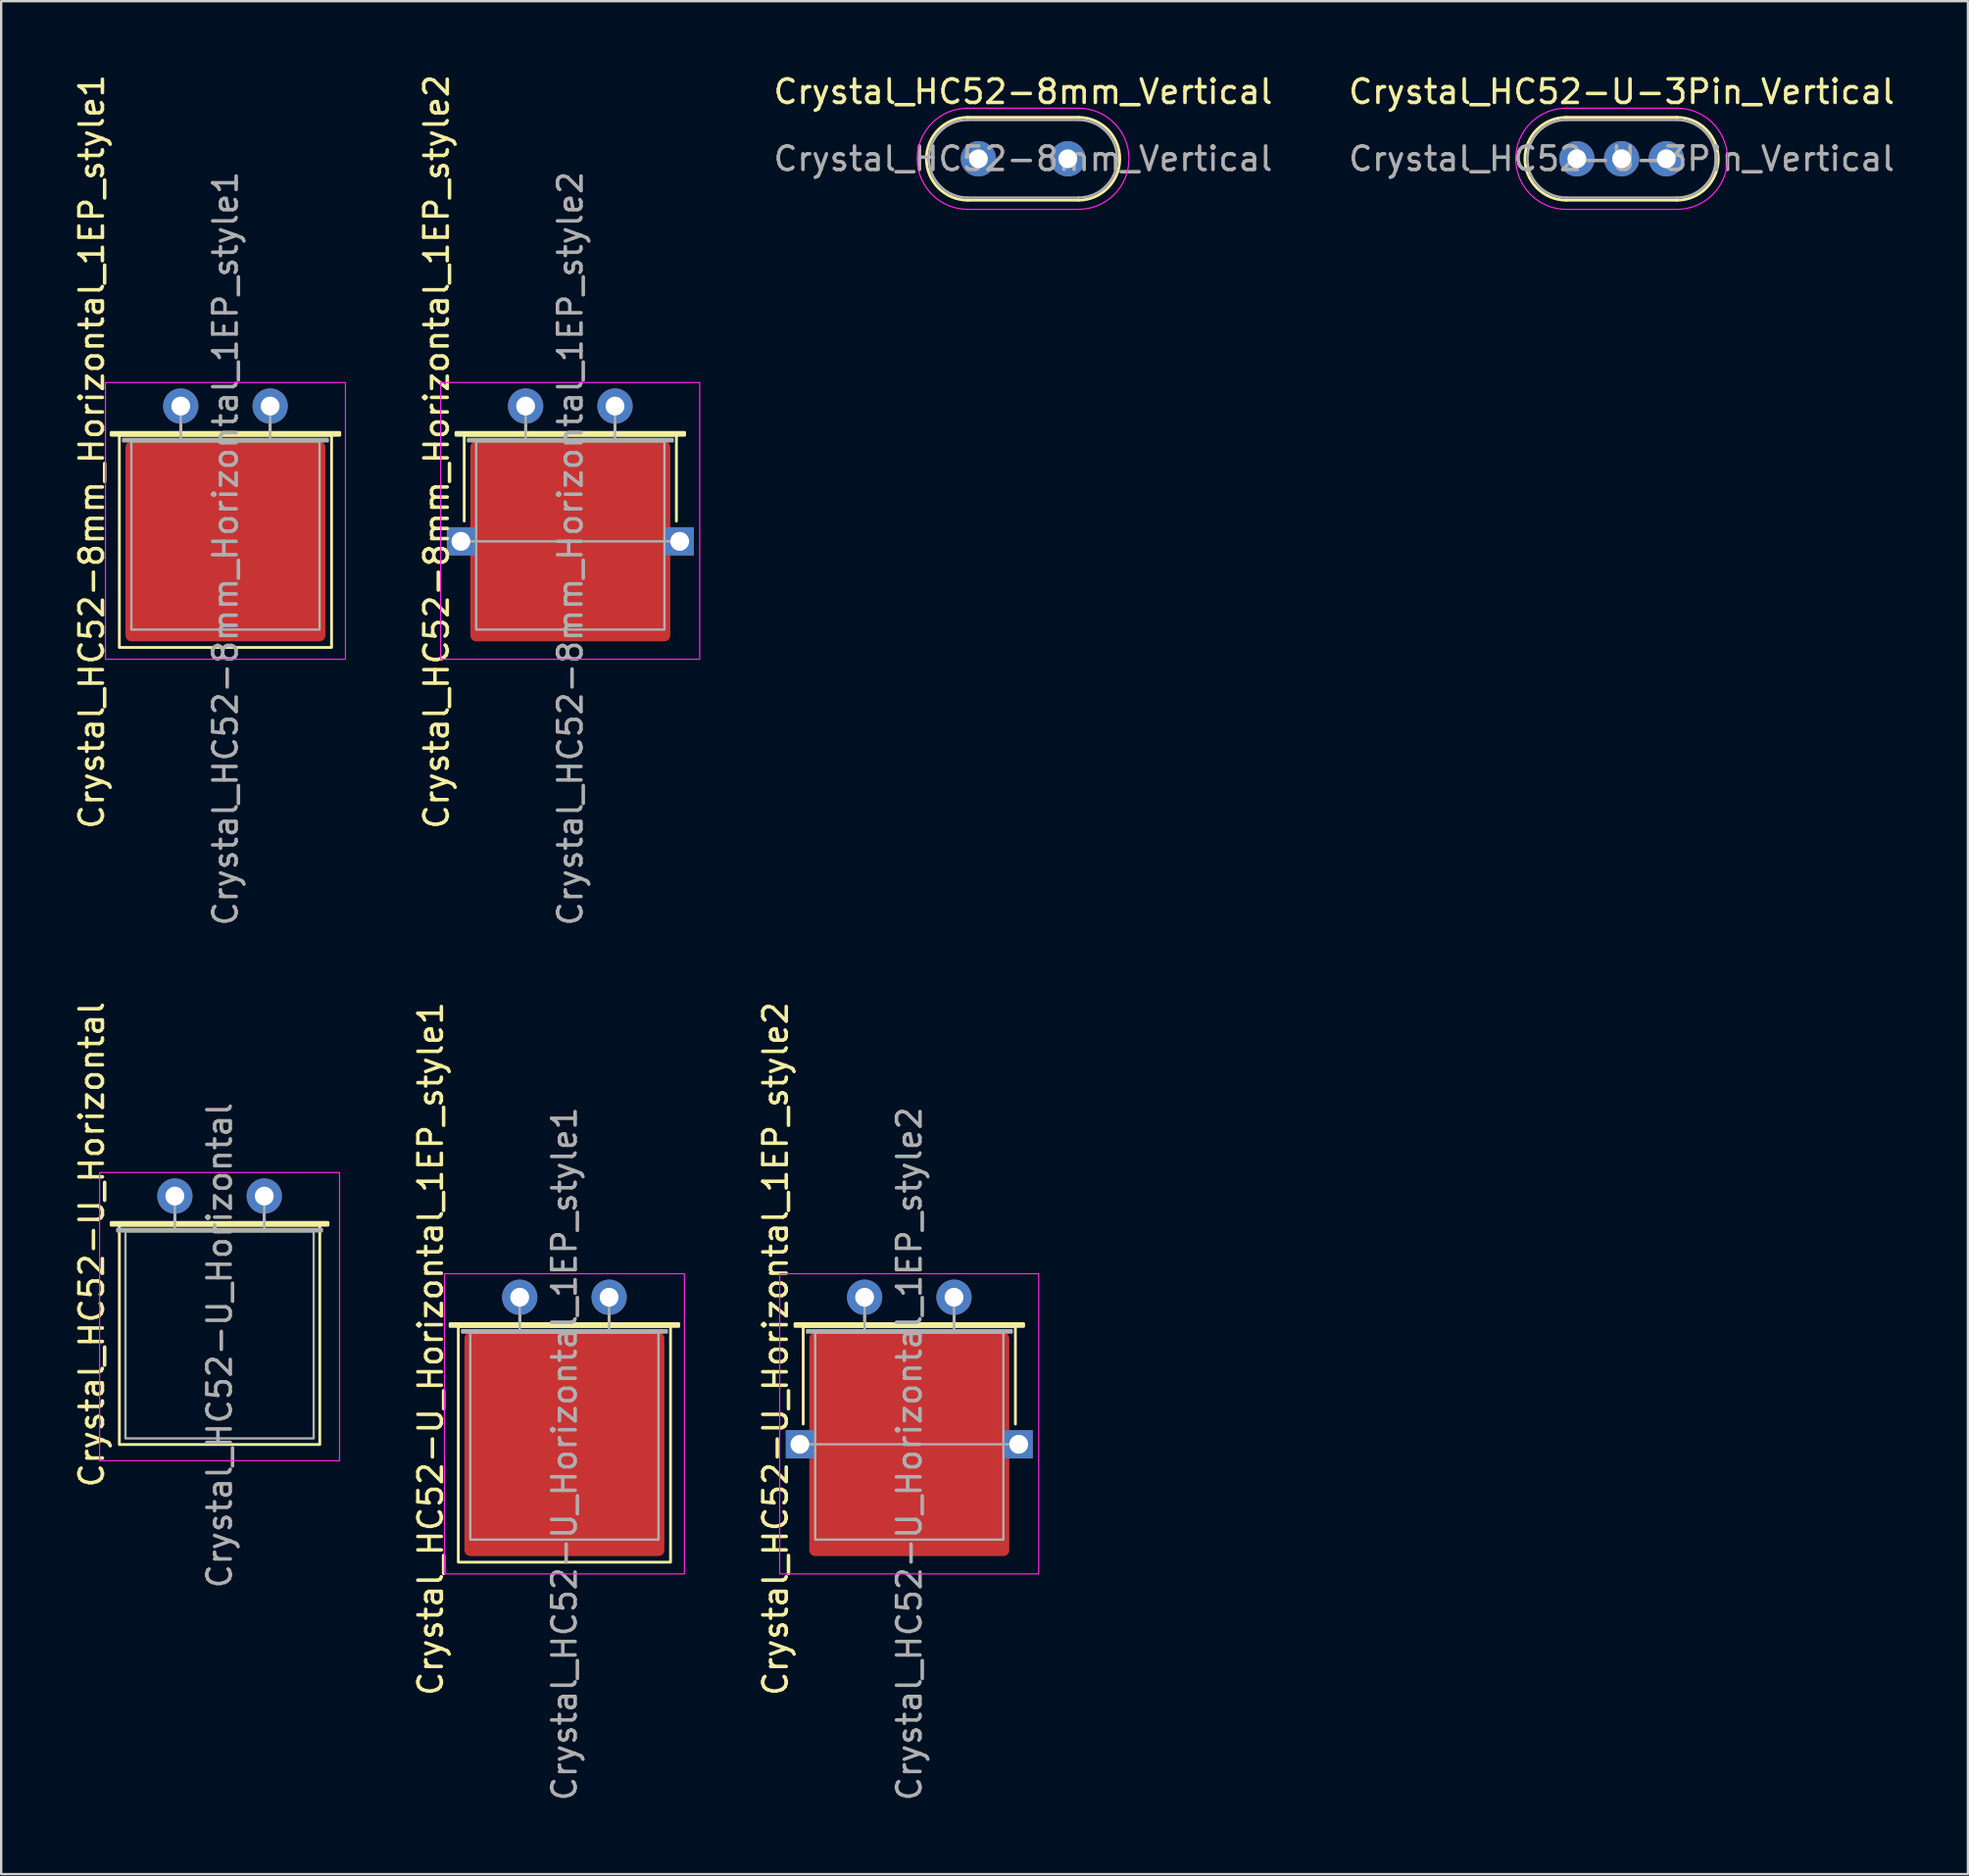
<source format=kicad_pcb>
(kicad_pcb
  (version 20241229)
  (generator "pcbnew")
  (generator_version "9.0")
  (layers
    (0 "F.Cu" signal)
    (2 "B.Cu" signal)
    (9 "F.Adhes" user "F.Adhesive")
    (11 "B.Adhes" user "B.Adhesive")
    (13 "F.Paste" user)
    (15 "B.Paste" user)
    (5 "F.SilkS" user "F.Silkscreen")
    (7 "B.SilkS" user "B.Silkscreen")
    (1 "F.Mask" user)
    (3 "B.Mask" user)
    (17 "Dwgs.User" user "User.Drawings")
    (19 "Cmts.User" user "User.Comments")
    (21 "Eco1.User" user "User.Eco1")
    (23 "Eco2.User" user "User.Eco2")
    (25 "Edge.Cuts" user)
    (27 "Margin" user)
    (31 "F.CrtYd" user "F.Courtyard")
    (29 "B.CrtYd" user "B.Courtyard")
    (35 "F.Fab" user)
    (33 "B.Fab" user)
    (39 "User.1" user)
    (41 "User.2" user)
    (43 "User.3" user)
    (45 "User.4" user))
  (footprint "Crystal_HC52-U_Horizontal"
    (layer "F.Cu")
    (at 4.383 47.786)
    (property "Reference" "Crystal_HC52-U_Horizontal" (at -3.535 2.062 90) (layer "F.SilkS") (effects (font (size 1 1) (thickness 0.15))))
    (attr through_hole)
    (fp_line (start 0 0.81) (end 0 0.81) (stroke (width 0.12) (type solid)) (layer "F.SilkS"))
    (fp_line (start 0 1.24) (end 0 0.81) (stroke (width 0.12) (type solid)) (layer "F.SilkS"))
    (fp_line (start 3.8 0.81) (end 3.8 0.81) (stroke (width 0.12) (type solid)) (layer "F.SilkS"))
    (fp_line (start 3.8 1.24) (end 3.8 0.81) (stroke (width 0.12) (type solid)) (layer "F.SilkS"))
    (fp_rect (start -2.71 1.24) (end 6.51 1.12) (stroke (width 0.12) (type solid)) (fill no) (layer "F.SilkS"))
    (fp_rect (start -2.36 1.24) (end 6.16 10.56) (stroke (width 0.12) (type solid)) (fill no) (layer "F.SilkS"))
    (fp_rect (start -3.2 -1) (end 7 11.25) (stroke (width 0.05) (type solid)) (fill no) (layer "F.CrtYd"))
    (fp_line (start 0 0.75) (end 0 0) (stroke (width 0.1) (type solid)) (layer "F.Fab"))
    (fp_line (start 0 1.5) (end 0 0.75) (stroke (width 0.1) (type solid)) (layer "F.Fab"))
    (fp_line (start 3.8 0.75) (end 3.8 0) (stroke (width 0.1) (type solid)) (layer "F.Fab"))
    (fp_line (start 3.8 1.5) (end 3.8 0.75) (stroke (width 0.1) (type solid)) (layer "F.Fab"))
    (fp_rect (start -2.45 1.5) (end 6.25 1.4) (stroke (width 0.1) (type solid)) (fill no) (layer "F.Fab"))
    (fp_rect (start -2.1 1.5) (end 5.9 10.3) (stroke (width 0.1) (type solid)) (fill no) (layer "F.Fab"))
    (fp_text user "${REFERENCE}" (at 1.9 6.35 90) (layer "F.Fab") (effects (font (size 1 1) (thickness 0.15))))
    (pad "1" thru_hole circle (at 0 0) (size 1.5 1.5) (drill 0.8) (layers "*.Cu" "*.Mask"))
    (pad "2" thru_hole circle (at 3.8 0) (size 1.5 1.5) (drill 0.8) (layers "*.Cu" "*.Mask")))
  (footprint "Crystal_HC52-U-3Pin_Vertical"
    (layer "F.Cu")
    (at 63.977 3.698)
    (property "Reference" "Crystal_HC52-U-3Pin_Vertical" (at 1.9 -2.85 0) (layer "F.SilkS") (effects (font (size 1 1) (thickness 0.15))))
    (attr through_hole)
    (fp_line (start -0.45 -1.76) (end 4.25 -1.76) (stroke (width 0.12) (type solid)) (layer "F.SilkS"))
    (fp_line (start -0.45 1.76) (end 4.25 1.76) (stroke (width 0.12) (type solid)) (layer "F.SilkS"))
    (fp_arc (start -0.45 1.76) (mid -2.21 0) (end -0.45 -1.76) (stroke (width 0.12) (type solid)) (layer "F.SilkS"))
    (fp_arc (start 4.25 -1.76) (mid 6.01 0) (end 4.25 1.76) (stroke (width 0.12) (type solid)) (layer "F.SilkS"))
    (fp_line (start -0.45 -2.15) (end 4.25 -2.15) (stroke (width 0.05) (type solid)) (layer "F.CrtYd"))
    (fp_line (start -0.45 2.15) (end 4.25 2.15) (stroke (width 0.05) (type solid)) (layer "F.CrtYd"))
    (fp_arc (start -0.45 2.15) (mid -2.6 0) (end -0.45 -2.15) (stroke (width 0.05) (type solid)) (layer "F.CrtYd"))
    (fp_arc (start 4.25 -2.15) (mid 6.4 0) (end 4.25 2.15) (stroke (width 0.05) (type solid)) (layer "F.CrtYd"))
    (fp_line (start -0.45 -1.65) (end 4.25 -1.65) (stroke (width 0.1) (type solid)) (layer "F.Fab"))
    (fp_line (start -0.45 1.65) (end 4.25 1.65) (stroke (width 0.1) (type solid)) (layer "F.Fab"))
    (fp_arc (start -0.45 1.65) (mid -2.1 0) (end -0.45 -1.65) (stroke (width 0.1) (type solid)) (layer "F.Fab"))
    (fp_arc (start 4.25 -1.65) (mid 5.9 0) (end 4.25 1.65) (stroke (width 0.1) (type solid)) (layer "F.Fab"))
    (fp_text user "${REFERENCE}" (at 1.9 0 0) (layer "F.Fab") (effects (font (size 1 1) (thickness 0.15))))
    (pad "1" thru_hole circle (at 0 0) (size 1.5 1.5) (drill 0.8) (layers "*.Cu" "*.Mask"))
    (pad "2" thru_hole circle (at 1.9 0) (size 1.5 1.5) (drill 0.8) (layers "*.Cu" "*.Mask"))
    (pad "3" thru_hole circle (at 3.8 0) (size 1.5 1.5) (drill 0.8) (layers "*.Cu" "*.Mask")))
  (footprint "Crystal_HC52-8mm_Horizontal_1EP_style1"
    (layer "F.Cu")
    (at 4.633 14.209)
    (property "Reference" "Crystal_HC52-8mm_Horizontal_1EP_style1" (at -3.785 1.94 90) (layer "F.SilkS") (effects (font (size 1 1) (thickness 0.15))))
    (attr through_hole)
    (fp_line (start 0 0.81) (end 0 0.81) (stroke (width 0.12) (type solid)) (layer "F.SilkS"))
    (fp_line (start 0 1.24) (end 0 0.81) (stroke (width 0.12) (type solid)) (layer "F.SilkS"))
    (fp_line (start 3.8 0.81) (end 3.8 0.81) (stroke (width 0.12) (type solid)) (layer "F.SilkS"))
    (fp_line (start 3.8 1.24) (end 3.8 0.81) (stroke (width 0.12) (type solid)) (layer "F.SilkS"))
    (fp_rect (start -2.96 1.24) (end 6.76 1.12) (stroke (width 0.12) (type solid)) (fill no) (layer "F.SilkS"))
    (fp_rect (start -2.61 1.24) (end 6.41 10.26) (stroke (width 0.12) (type solid)) (fill no) (layer "F.SilkS"))
    (fp_rect (start -3.2 -1) (end 7 10.76) (stroke (width 0.05) (type solid)) (fill no) (layer "F.CrtYd"))
    (fp_line (start 0 0.75) (end 0 0) (stroke (width 0.1) (type solid)) (layer "F.Fab"))
    (fp_line (start 0 1.5) (end 0 0.75) (stroke (width 0.1) (type solid)) (layer "F.Fab"))
    (fp_line (start 3.8 0.75) (end 3.8 0) (stroke (width 0.1) (type solid)) (layer "F.Fab"))
    (fp_line (start 3.8 1.5) (end 3.8 0.75) (stroke (width 0.1) (type solid)) (layer "F.Fab"))
    (fp_rect (start -2.45 1.5) (end 6.25 1.4) (stroke (width 0.1) (type solid)) (fill no) (layer "F.Fab"))
    (fp_rect (start -2.1 1.5) (end 5.9 9.5) (stroke (width 0.1) (type solid)) (fill no) (layer "F.Fab"))
    (fp_text user "${REFERENCE}" (at 1.9 6.056 90) (layer "F.Fab") (effects (font (size 1 1) (thickness 0.15))))
    (pad "1" thru_hole circle (at 0 0) (size 1.5 1.5) (drill 0.8) (layers "*.Cu" "*.Mask"))
    (pad "2" thru_hole circle (at 3.8 0) (size 1.5 1.5) (drill 0.8) (layers "*.Cu" "*.Mask"))
    (pad "3" smd roundrect (at 1.9 5.75) (size 8.5 8.5) (layers "F.Cu" "F.Mask" "F.Paste") (roundrect_rratio 0.029)))
  (footprint "Crystal_HC52-U_Horizontal_1EP_style1"
    (layer "F.Cu")
    (at 19.041 52.087)
    (property "Reference" "Crystal_HC52-U_Horizontal_1EP_style1" (at -3.785 2.19 90) (layer "F.SilkS") (effects (font (size 1 1) (thickness 0.15))))
    (attr through_hole)
    (fp_line (start 0 0.81) (end 0 0.81) (stroke (width 0.12) (type solid)) (layer "F.SilkS"))
    (fp_line (start 0 1.24) (end 0 0.81) (stroke (width 0.12) (type solid)) (layer "F.SilkS"))
    (fp_line (start 3.8 0.81) (end 3.8 0.81) (stroke (width 0.12) (type solid)) (layer "F.SilkS"))
    (fp_line (start 3.8 1.24) (end 3.8 0.81) (stroke (width 0.12) (type solid)) (layer "F.SilkS"))
    (fp_rect (start -2.96 1.24) (end 6.76 1.12) (stroke (width 0.12) (type solid)) (fill no) (layer "F.SilkS"))
    (fp_rect (start -2.61 1.24) (end 6.41 11.26) (stroke (width 0.12) (type solid)) (fill no) (layer "F.SilkS"))
    (fp_rect (start -3.2 -1) (end 7 11.76) (stroke (width 0.05) (type solid)) (fill no) (layer "F.CrtYd"))
    (fp_line (start 0 0.75) (end 0 0) (stroke (width 0.1) (type solid)) (layer "F.Fab"))
    (fp_line (start 0 1.5) (end 0 0.75) (stroke (width 0.1) (type solid)) (layer "F.Fab"))
    (fp_line (start 3.8 0.75) (end 3.8 0) (stroke (width 0.1) (type solid)) (layer "F.Fab"))
    (fp_line (start 3.8 1.5) (end 3.8 0.75) (stroke (width 0.1) (type solid)) (layer "F.Fab"))
    (fp_rect (start -2.45 1.5) (end 6.25 1.4) (stroke (width 0.1) (type solid)) (fill no) (layer "F.Fab"))
    (fp_rect (start -2.1 1.5) (end 5.9 10.3) (stroke (width 0.1) (type solid)) (fill no) (layer "F.Fab"))
    (fp_text user "${REFERENCE}" (at 1.9 6.656 90) (layer "F.Fab") (effects (font (size 1 1) (thickness 0.15))))
    (pad "1" thru_hole circle (at 0 0) (size 1.5 1.5) (drill 0.8) (layers "*.Cu" "*.Mask"))
    (pad "2" thru_hole circle (at 3.8 0) (size 1.5 1.5) (drill 0.8) (layers "*.Cu" "*.Mask"))
    (pad "3" smd roundrect (at 1.9 6.25) (size 8.5 9.5) (layers "F.Cu" "F.Mask" "F.Paste") (roundrect_rratio 0.029)))
  (footprint "Crystal_HC52-8mm_Horizontal_1EP_style2"
    (layer "F.Cu")
    (at 19.291 14.209)
    (property "Reference" "Crystal_HC52-8mm_Horizontal_1EP_style2" (at -3.785 1.94 90) (layer "F.SilkS") (effects (font (size 1 1) (thickness 0.15))))
    (attr through_hole)
    (fp_line (start -2.61 1.24) (end 6.41 1.24) (stroke (width 0.12) (type solid)) (layer "F.SilkS"))
    (fp_line (start -2.61 4.89) (end -2.61 1.24) (stroke (width 0.12) (type solid)) (layer "F.SilkS"))
    (fp_line (start 0 0.81) (end 0 0.81) (stroke (width 0.12) (type solid)) (layer "F.SilkS"))
    (fp_line (start 0 1.24) (end 0 0.81) (stroke (width 0.12) (type solid)) (layer "F.SilkS"))
    (fp_line (start 3.8 0.81) (end 3.8 0.81) (stroke (width 0.12) (type solid)) (layer "F.SilkS"))
    (fp_line (start 3.8 1.24) (end 3.8 0.81) (stroke (width 0.12) (type solid)) (layer "F.SilkS"))
    (fp_line (start 6.41 1.24) (end 6.41 4.89) (stroke (width 0.12) (type solid)) (layer "F.SilkS"))
    (fp_rect (start -2.96 1.24) (end 6.76 1.12) (stroke (width 0.12) (type solid)) (fill no) (layer "F.SilkS"))
    (fp_rect (start -3.61 -1) (end 7.4 10.76) (stroke (width 0.05) (type solid)) (fill no) (layer "F.CrtYd"))
    (fp_line (start -2.75 5.75) (end 6.55 5.75) (stroke (width 0.1) (type solid)) (layer "F.Fab"))
    (fp_line (start 0 0.75) (end 0 0) (stroke (width 0.1) (type solid)) (layer "F.Fab"))
    (fp_line (start 0 1.5) (end 0 0.75) (stroke (width 0.1) (type solid)) (layer "F.Fab"))
    (fp_line (start 3.8 0.75) (end 3.8 0) (stroke (width 0.1) (type solid)) (layer "F.Fab"))
    (fp_line (start 3.8 1.5) (end 3.8 0.75) (stroke (width 0.1) (type solid)) (layer "F.Fab"))
    (fp_rect (start -2.45 1.5) (end 6.25 1.4) (stroke (width 0.1) (type solid)) (fill no) (layer "F.Fab"))
    (fp_rect (start -2.1 1.5) (end 5.9 9.5) (stroke (width 0.1) (type solid)) (fill no) (layer "F.Fab"))
    (fp_text user "${REFERENCE}" (at 1.9 6.056 90) (layer "F.Fab") (effects (font (size 1 1) (thickness 0.15))))
    (pad "1" thru_hole circle (at 0 0) (size 1.5 1.5) (drill 0.8) (layers "*.Cu" "*.Mask"))
    (pad "2" thru_hole circle (at 3.8 0) (size 1.5 1.5) (drill 0.8) (layers "*.Cu" "*.Mask"))
    (pad "3" thru_hole rect (at -2.75 5.75) (size 1.2 1.2) (drill 0.8) (layers "*.Cu" "*.Mask"))
    (pad "3" smd roundrect (at 1.9 5.75) (size 8.5 8.5) (layers "F.Cu" "F.Mask" "F.Paste") (roundrect_rratio 0.029))
    (pad "3" thru_hole rect (at 6.55 5.75) (size 1.2 1.2) (drill 0.8) (layers "*.Cu" "*.Mask")))
  (footprint "Crystal_HC52-8mm_Vertical"
    (layer "F.Cu")
    (at 38.537 3.698)
    (property "Reference" "Crystal_HC52-8mm_Vertical" (at 1.9 -2.85 0) (layer "F.SilkS") (effects (font (size 1 1) (thickness 0.15))))
    (attr through_hole)
    (fp_line (start -0.45 -1.76) (end 4.25 -1.76) (stroke (width 0.12) (type solid)) (layer "F.SilkS"))
    (fp_line (start -0.45 1.76) (end 4.25 1.76) (stroke (width 0.12) (type solid)) (layer "F.SilkS"))
    (fp_arc (start -0.45 1.76) (mid -2.21 0) (end -0.45 -1.76) (stroke (width 0.12) (type solid)) (layer "F.SilkS"))
    (fp_arc (start 4.25 -1.76) (mid 6.01 0) (end 4.25 1.76) (stroke (width 0.12) (type solid)) (layer "F.SilkS"))
    (fp_line (start -0.45 -2.15) (end 4.25 -2.15) (stroke (width 0.05) (type solid)) (layer "F.CrtYd"))
    (fp_line (start -0.45 2.15) (end 4.25 2.15) (stroke (width 0.05) (type solid)) (layer "F.CrtYd"))
    (fp_arc (start -0.45 2.15) (mid -2.6 0) (end -0.45 -2.15) (stroke (width 0.05) (type solid)) (layer "F.CrtYd"))
    (fp_arc (start 4.25 -2.15) (mid 6.4 0) (end 4.25 2.15) (stroke (width 0.05) (type solid)) (layer "F.CrtYd"))
    (fp_line (start -0.45 -1.65) (end 4.25 -1.65) (stroke (width 0.1) (type solid)) (layer "F.Fab"))
    (fp_line (start -0.45 1.65) (end 4.25 1.65) (stroke (width 0.1) (type solid)) (layer "F.Fab"))
    (fp_arc (start -0.45 1.65) (mid -2.1 0) (end -0.45 -1.65) (stroke (width 0.1) (type solid)) (layer "F.Fab"))
    (fp_arc (start 4.25 -1.65) (mid 5.9 0) (end 4.25 1.65) (stroke (width 0.1) (type solid)) (layer "F.Fab"))
    (fp_text user "${REFERENCE}" (at 1.9 0 0) (layer "F.Fab") (effects (font (size 1 1) (thickness 0.15))))
    (pad "1" thru_hole circle (at 0 0) (size 1.5 1.5) (drill 0.8) (layers "*.Cu" "*.Mask"))
    (pad "2" thru_hole circle (at 3.8 0) (size 1.5 1.5) (drill 0.8) (layers "*.Cu" "*.Mask")))
  (footprint "Crystal_HC52-U_Horizontal_1EP_style2"
    (layer "F.Cu")
    (at 33.7 52.087)
    (property "Reference" "Crystal_HC52-U_Horizontal_1EP_style2" (at -3.785 2.19 90) (layer "F.SilkS") (effects (font (size 1 1) (thickness 0.15))))
    (attr through_hole)
    (fp_line (start -2.61 1.24) (end 6.41 1.24) (stroke (width 0.12) (type solid)) (layer "F.SilkS"))
    (fp_line (start -2.61 5.39) (end -2.61 1.24) (stroke (width 0.12) (type solid)) (layer "F.SilkS"))
    (fp_line (start 0 0.81) (end 0 0.81) (stroke (width 0.12) (type solid)) (layer "F.SilkS"))
    (fp_line (start 0 1.24) (end 0 0.81) (stroke (width 0.12) (type solid)) (layer "F.SilkS"))
    (fp_line (start 3.8 0.81) (end 3.8 0.81) (stroke (width 0.12) (type solid)) (layer "F.SilkS"))
    (fp_line (start 3.8 1.24) (end 3.8 0.81) (stroke (width 0.12) (type solid)) (layer "F.SilkS"))
    (fp_line (start 6.41 1.24) (end 6.41 5.39) (stroke (width 0.12) (type solid)) (layer "F.SilkS"))
    (fp_rect (start -2.96 1.24) (end 6.76 1.12) (stroke (width 0.12) (type solid)) (fill no) (layer "F.SilkS"))
    (fp_rect (start -3.61 -1) (end 7.4 11.76) (stroke (width 0.05) (type solid)) (fill no) (layer "F.CrtYd"))
    (fp_line (start -2.75 6.25) (end 6.55 6.25) (stroke (width 0.1) (type solid)) (layer "F.Fab"))
    (fp_line (start 0 0.75) (end 0 0) (stroke (width 0.1) (type solid)) (layer "F.Fab"))
    (fp_line (start 0 1.5) (end 0 0.75) (stroke (width 0.1) (type solid)) (layer "F.Fab"))
    (fp_line (start 3.8 0.75) (end 3.8 0) (stroke (width 0.1) (type solid)) (layer "F.Fab"))
    (fp_line (start 3.8 1.5) (end 3.8 0.75) (stroke (width 0.1) (type solid)) (layer "F.Fab"))
    (fp_rect (start -2.45 1.5) (end 6.25 1.4) (stroke (width 0.1) (type solid)) (fill no) (layer "F.Fab"))
    (fp_rect (start -2.1 1.5) (end 5.9 10.3) (stroke (width 0.1) (type solid)) (fill no) (layer "F.Fab"))
    (fp_text user "${REFERENCE}" (at 1.9 6.656 90) (layer "F.Fab") (effects (font (size 1 1) (thickness 0.15))))
    (pad "1" thru_hole circle (at 0 0) (size 1.5 1.5) (drill 0.8) (layers "*.Cu" "*.Mask"))
    (pad "2" thru_hole circle (at 3.8 0) (size 1.5 1.5) (drill 0.8) (layers "*.Cu" "*.Mask"))
    (pad "3" thru_hole rect (at -2.75 6.25) (size 1.2 1.2) (drill 0.8) (layers "*.Cu" "*.Mask"))
    (pad "3" smd roundrect (at 1.9 6.25) (size 8.5 9.5) (layers "F.Cu" "F.Mask" "F.Paste") (roundrect_rratio 0.029))
    (pad "3" thru_hole rect (at 6.55 6.25) (size 1.2 1.2) (drill 0.8) (layers "*.Cu" "*.Mask")))
  (gr_rect
    (start -3 -3)
    (end 80.597 76.606)
    (stroke (width 0.1) (type default))
    (fill no)
    (layer "Edge.Cuts")))
</source>
